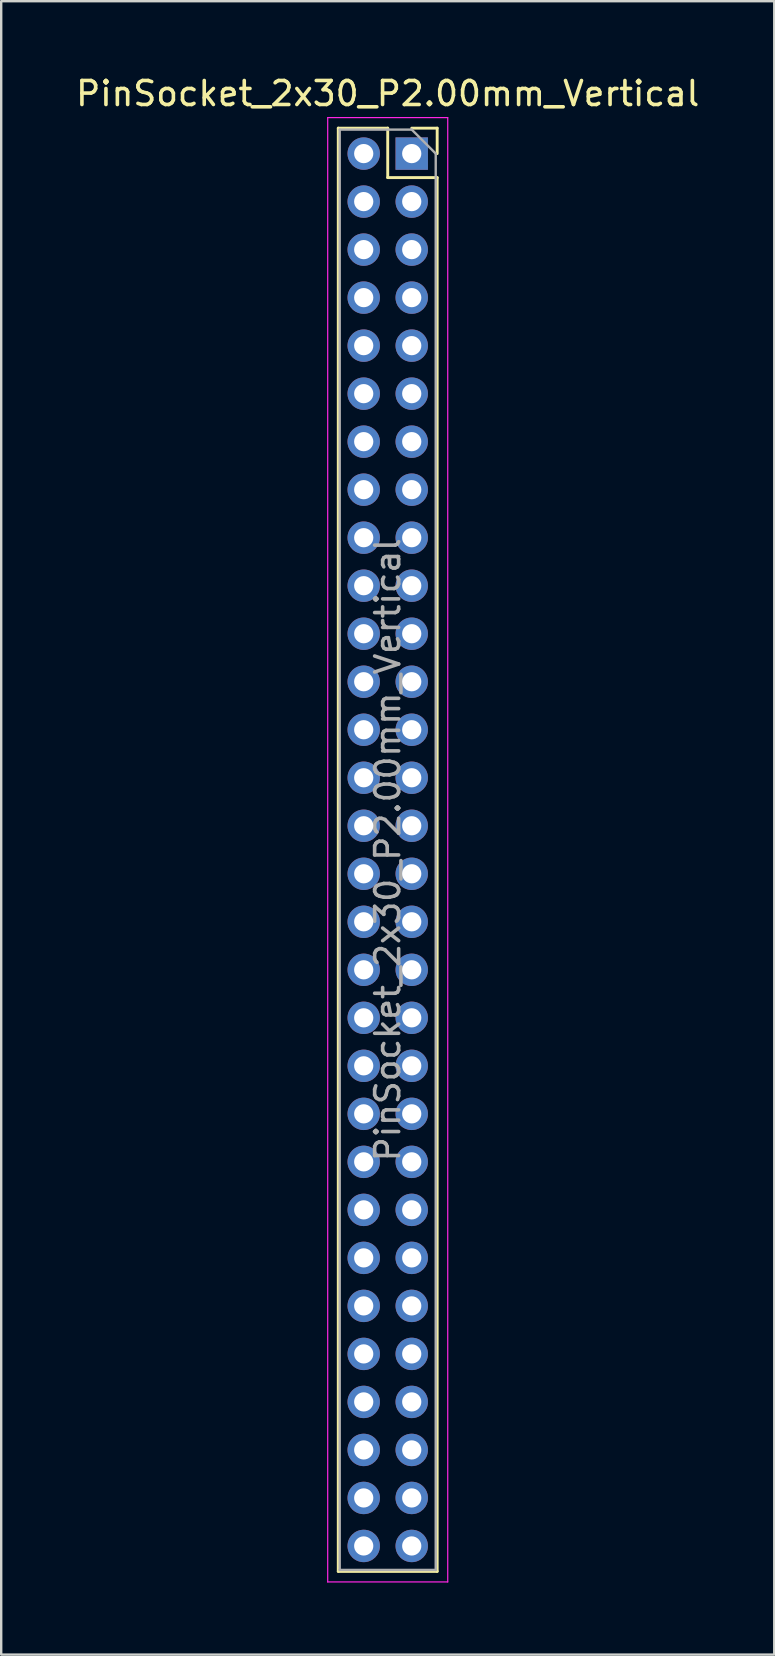
<source format=kicad_pcb>
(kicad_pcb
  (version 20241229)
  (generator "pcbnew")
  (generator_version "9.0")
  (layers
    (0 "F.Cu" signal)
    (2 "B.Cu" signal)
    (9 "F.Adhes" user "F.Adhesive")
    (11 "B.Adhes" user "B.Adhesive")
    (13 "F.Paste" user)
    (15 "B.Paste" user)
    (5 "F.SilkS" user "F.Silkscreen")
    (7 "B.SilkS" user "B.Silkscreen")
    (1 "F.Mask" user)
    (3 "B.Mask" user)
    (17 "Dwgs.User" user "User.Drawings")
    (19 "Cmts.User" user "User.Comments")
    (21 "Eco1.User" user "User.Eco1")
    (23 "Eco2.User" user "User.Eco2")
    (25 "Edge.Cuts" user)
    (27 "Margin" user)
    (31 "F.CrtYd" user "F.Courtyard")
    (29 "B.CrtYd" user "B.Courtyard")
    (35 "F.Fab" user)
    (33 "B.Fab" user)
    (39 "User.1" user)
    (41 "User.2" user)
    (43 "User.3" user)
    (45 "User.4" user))
  (footprint "PinSocket_2x30_P2.00mm_Vertical"
    (layer "F.Cu")
    (at 14.101 3.348)
    (property "Reference" "PinSocket_2x30_P2.00mm_Vertical" (at -1 -2.5 0) (layer "F.SilkS") (effects (font (size 1 1) (thickness 0.15))))
    (attr through_hole)
    (fp_line (start -3.06 -1.06) (end -3.06 59.06) (stroke (width 0.12) (type solid)) (layer "F.SilkS"))
    (fp_line (start -3.06 -1.06) (end -1 -1.06) (stroke (width 0.12) (type solid)) (layer "F.SilkS"))
    (fp_line (start -3.06 59.06) (end 1.06 59.06) (stroke (width 0.12) (type solid)) (layer "F.SilkS"))
    (fp_line (start -1 -1.06) (end -1 1) (stroke (width 0.12) (type solid)) (layer "F.SilkS"))
    (fp_line (start -1 1) (end 1.06 1) (stroke (width 0.12) (type solid)) (layer "F.SilkS"))
    (fp_line (start 0 -1.06) (end 1.06 -1.06) (stroke (width 0.12) (type solid)) (layer "F.SilkS"))
    (fp_line (start 1.06 -1.06) (end 1.06 0) (stroke (width 0.12) (type solid)) (layer "F.SilkS"))
    (fp_line (start 1.06 1) (end 1.06 59.06) (stroke (width 0.12) (type solid)) (layer "F.SilkS"))
    (fp_line (start -3.5 -1.5) (end 1.5 -1.5) (stroke (width 0.05) (type solid)) (layer "F.CrtYd"))
    (fp_line (start -3.5 59.5) (end -3.5 -1.5) (stroke (width 0.05) (type solid)) (layer "F.CrtYd"))
    (fp_line (start 1.5 -1.5) (end 1.5 59.5) (stroke (width 0.05) (type solid)) (layer "F.CrtYd"))
    (fp_line (start 1.5 59.5) (end -3.5 59.5) (stroke (width 0.05) (type solid)) (layer "F.CrtYd"))
    (fp_line (start -3 -1) (end 0 -1) (stroke (width 0.1) (type solid)) (layer "F.Fab"))
    (fp_line (start -3 59) (end -3 -1) (stroke (width 0.1) (type solid)) (layer "F.Fab"))
    (fp_line (start 0 -1) (end 1 0) (stroke (width 0.1) (type solid)) (layer "F.Fab"))
    (fp_line (start 1 0) (end 1 59) (stroke (width 0.1) (type solid)) (layer "F.Fab"))
    (fp_line (start 1 59) (end -3 59) (stroke (width 0.1) (type solid)) (layer "F.Fab"))
    (fp_text user "${REFERENCE}" (at -1 29 90) (layer "F.Fab") (effects (font (size 1 1) (thickness 0.15))))
    (pad "1" thru_hole rect (at 0 0) (size 1.35 1.35) (drill 0.8) (layers "*.Cu" "*.Mask"))
    (pad "2" thru_hole circle (at -2 0) (size 1.35 1.35) (drill 0.8) (layers "*.Cu" "*.Mask"))
    (pad "3" thru_hole circle (at 0 2) (size 1.35 1.35) (drill 0.8) (layers "*.Cu" "*.Mask"))
    (pad "4" thru_hole circle (at -2 2) (size 1.35 1.35) (drill 0.8) (layers "*.Cu" "*.Mask"))
    (pad "5" thru_hole circle (at 0 4) (size 1.35 1.35) (drill 0.8) (layers "*.Cu" "*.Mask"))
    (pad "6" thru_hole circle (at -2 4) (size 1.35 1.35) (drill 0.8) (layers "*.Cu" "*.Mask"))
    (pad "7" thru_hole circle (at 0 6) (size 1.35 1.35) (drill 0.8) (layers "*.Cu" "*.Mask"))
    (pad "8" thru_hole circle (at -2 6) (size 1.35 1.35) (drill 0.8) (layers "*.Cu" "*.Mask"))
    (pad "9" thru_hole circle (at 0 8) (size 1.35 1.35) (drill 0.8) (layers "*.Cu" "*.Mask"))
    (pad "10" thru_hole circle (at -2 8) (size 1.35 1.35) (drill 0.8) (layers "*.Cu" "*.Mask"))
    (pad "11" thru_hole circle (at 0 10) (size 1.35 1.35) (drill 0.8) (layers "*.Cu" "*.Mask"))
    (pad "12" thru_hole circle (at -2 10) (size 1.35 1.35) (drill 0.8) (layers "*.Cu" "*.Mask"))
    (pad "13" thru_hole circle (at 0 12) (size 1.35 1.35) (drill 0.8) (layers "*.Cu" "*.Mask"))
    (pad "14" thru_hole circle (at -2 12) (size 1.35 1.35) (drill 0.8) (layers "*.Cu" "*.Mask"))
    (pad "15" thru_hole circle (at 0 14) (size 1.35 1.35) (drill 0.8) (layers "*.Cu" "*.Mask"))
    (pad "16" thru_hole circle (at -2 14) (size 1.35 1.35) (drill 0.8) (layers "*.Cu" "*.Mask"))
    (pad "17" thru_hole circle (at 0 16) (size 1.35 1.35) (drill 0.8) (layers "*.Cu" "*.Mask"))
    (pad "18" thru_hole circle (at -2 16) (size 1.35 1.35) (drill 0.8) (layers "*.Cu" "*.Mask"))
    (pad "19" thru_hole circle (at 0 18) (size 1.35 1.35) (drill 0.8) (layers "*.Cu" "*.Mask"))
    (pad "20" thru_hole circle (at -2 18) (size 1.35 1.35) (drill 0.8) (layers "*.Cu" "*.Mask"))
    (pad "21" thru_hole circle (at 0 20) (size 1.35 1.35) (drill 0.8) (layers "*.Cu" "*.Mask"))
    (pad "22" thru_hole circle (at -2 20) (size 1.35 1.35) (drill 0.8) (layers "*.Cu" "*.Mask"))
    (pad "23" thru_hole circle (at 0 22) (size 1.35 1.35) (drill 0.8) (layers "*.Cu" "*.Mask"))
    (pad "24" thru_hole circle (at -2 22) (size 1.35 1.35) (drill 0.8) (layers "*.Cu" "*.Mask"))
    (pad "25" thru_hole circle (at 0 24) (size 1.35 1.35) (drill 0.8) (layers "*.Cu" "*.Mask"))
    (pad "26" thru_hole circle (at -2 24) (size 1.35 1.35) (drill 0.8) (layers "*.Cu" "*.Mask"))
    (pad "27" thru_hole circle (at 0 26) (size 1.35 1.35) (drill 0.8) (layers "*.Cu" "*.Mask"))
    (pad "28" thru_hole circle (at -2 26) (size 1.35 1.35) (drill 0.8) (layers "*.Cu" "*.Mask"))
    (pad "29" thru_hole circle (at 0 28) (size 1.35 1.35) (drill 0.8) (layers "*.Cu" "*.Mask"))
    (pad "30" thru_hole circle (at -2 28) (size 1.35 1.35) (drill 0.8) (layers "*.Cu" "*.Mask"))
    (pad "31" thru_hole circle (at 0 30) (size 1.35 1.35) (drill 0.8) (layers "*.Cu" "*.Mask"))
    (pad "32" thru_hole circle (at -2 30) (size 1.35 1.35) (drill 0.8) (layers "*.Cu" "*.Mask"))
    (pad "33" thru_hole circle (at 0 32) (size 1.35 1.35) (drill 0.8) (layers "*.Cu" "*.Mask"))
    (pad "34" thru_hole circle (at -2 32) (size 1.35 1.35) (drill 0.8) (layers "*.Cu" "*.Mask"))
    (pad "35" thru_hole circle (at 0 34) (size 1.35 1.35) (drill 0.8) (layers "*.Cu" "*.Mask"))
    (pad "36" thru_hole circle (at -2 34) (size 1.35 1.35) (drill 0.8) (layers "*.Cu" "*.Mask"))
    (pad "37" thru_hole circle (at 0 36) (size 1.35 1.35) (drill 0.8) (layers "*.Cu" "*.Mask"))
    (pad "38" thru_hole circle (at -2 36) (size 1.35 1.35) (drill 0.8) (layers "*.Cu" "*.Mask"))
    (pad "39" thru_hole circle (at 0 38) (size 1.35 1.35) (drill 0.8) (layers "*.Cu" "*.Mask"))
    (pad "40" thru_hole circle (at -2 38) (size 1.35 1.35) (drill 0.8) (layers "*.Cu" "*.Mask"))
    (pad "41" thru_hole circle (at 0 40) (size 1.35 1.35) (drill 0.8) (layers "*.Cu" "*.Mask"))
    (pad "42" thru_hole circle (at -2 40) (size 1.35 1.35) (drill 0.8) (layers "*.Cu" "*.Mask"))
    (pad "43" thru_hole circle (at 0 42) (size 1.35 1.35) (drill 0.8) (layers "*.Cu" "*.Mask"))
    (pad "44" thru_hole circle (at -2 42) (size 1.35 1.35) (drill 0.8) (layers "*.Cu" "*.Mask"))
    (pad "45" thru_hole circle (at 0 44) (size 1.35 1.35) (drill 0.8) (layers "*.Cu" "*.Mask"))
    (pad "46" thru_hole circle (at -2 44) (size 1.35 1.35) (drill 0.8) (layers "*.Cu" "*.Mask"))
    (pad "47" thru_hole circle (at 0 46) (size 1.35 1.35) (drill 0.8) (layers "*.Cu" "*.Mask"))
    (pad "48" thru_hole circle (at -2 46) (size 1.35 1.35) (drill 0.8) (layers "*.Cu" "*.Mask"))
    (pad "49" thru_hole circle (at 0 48) (size 1.35 1.35) (drill 0.8) (layers "*.Cu" "*.Mask"))
    (pad "50" thru_hole circle (at -2 48) (size 1.35 1.35) (drill 0.8) (layers "*.Cu" "*.Mask"))
    (pad "51" thru_hole circle (at 0 50) (size 1.35 1.35) (drill 0.8) (layers "*.Cu" "*.Mask"))
    (pad "52" thru_hole circle (at -2 50) (size 1.35 1.35) (drill 0.8) (layers "*.Cu" "*.Mask"))
    (pad "53" thru_hole circle (at 0 52) (size 1.35 1.35) (drill 0.8) (layers "*.Cu" "*.Mask"))
    (pad "54" thru_hole circle (at -2 52) (size 1.35 1.35) (drill 0.8) (layers "*.Cu" "*.Mask"))
    (pad "55" thru_hole circle (at 0 54) (size 1.35 1.35) (drill 0.8) (layers "*.Cu" "*.Mask"))
    (pad "56" thru_hole circle (at -2 54) (size 1.35 1.35) (drill 0.8) (layers "*.Cu" "*.Mask"))
    (pad "57" thru_hole circle (at 0 56) (size 1.35 1.35) (drill 0.8) (layers "*.Cu" "*.Mask"))
    (pad "58" thru_hole circle (at -2 56) (size 1.35 1.35) (drill 0.8) (layers "*.Cu" "*.Mask"))
    (pad "59" thru_hole circle (at 0 58) (size 1.35 1.35) (drill 0.8) (layers "*.Cu" "*.Mask"))
    (pad "60" thru_hole circle (at -2 58) (size 1.35 1.35) (drill 0.8) (layers "*.Cu" "*.Mask")))
  (gr_rect
    (start -3 -3)
    (end 29.202 65.873)
    (stroke (width 0.1) (type default))
    (fill no)
    (layer "Edge.Cuts")))
</source>
